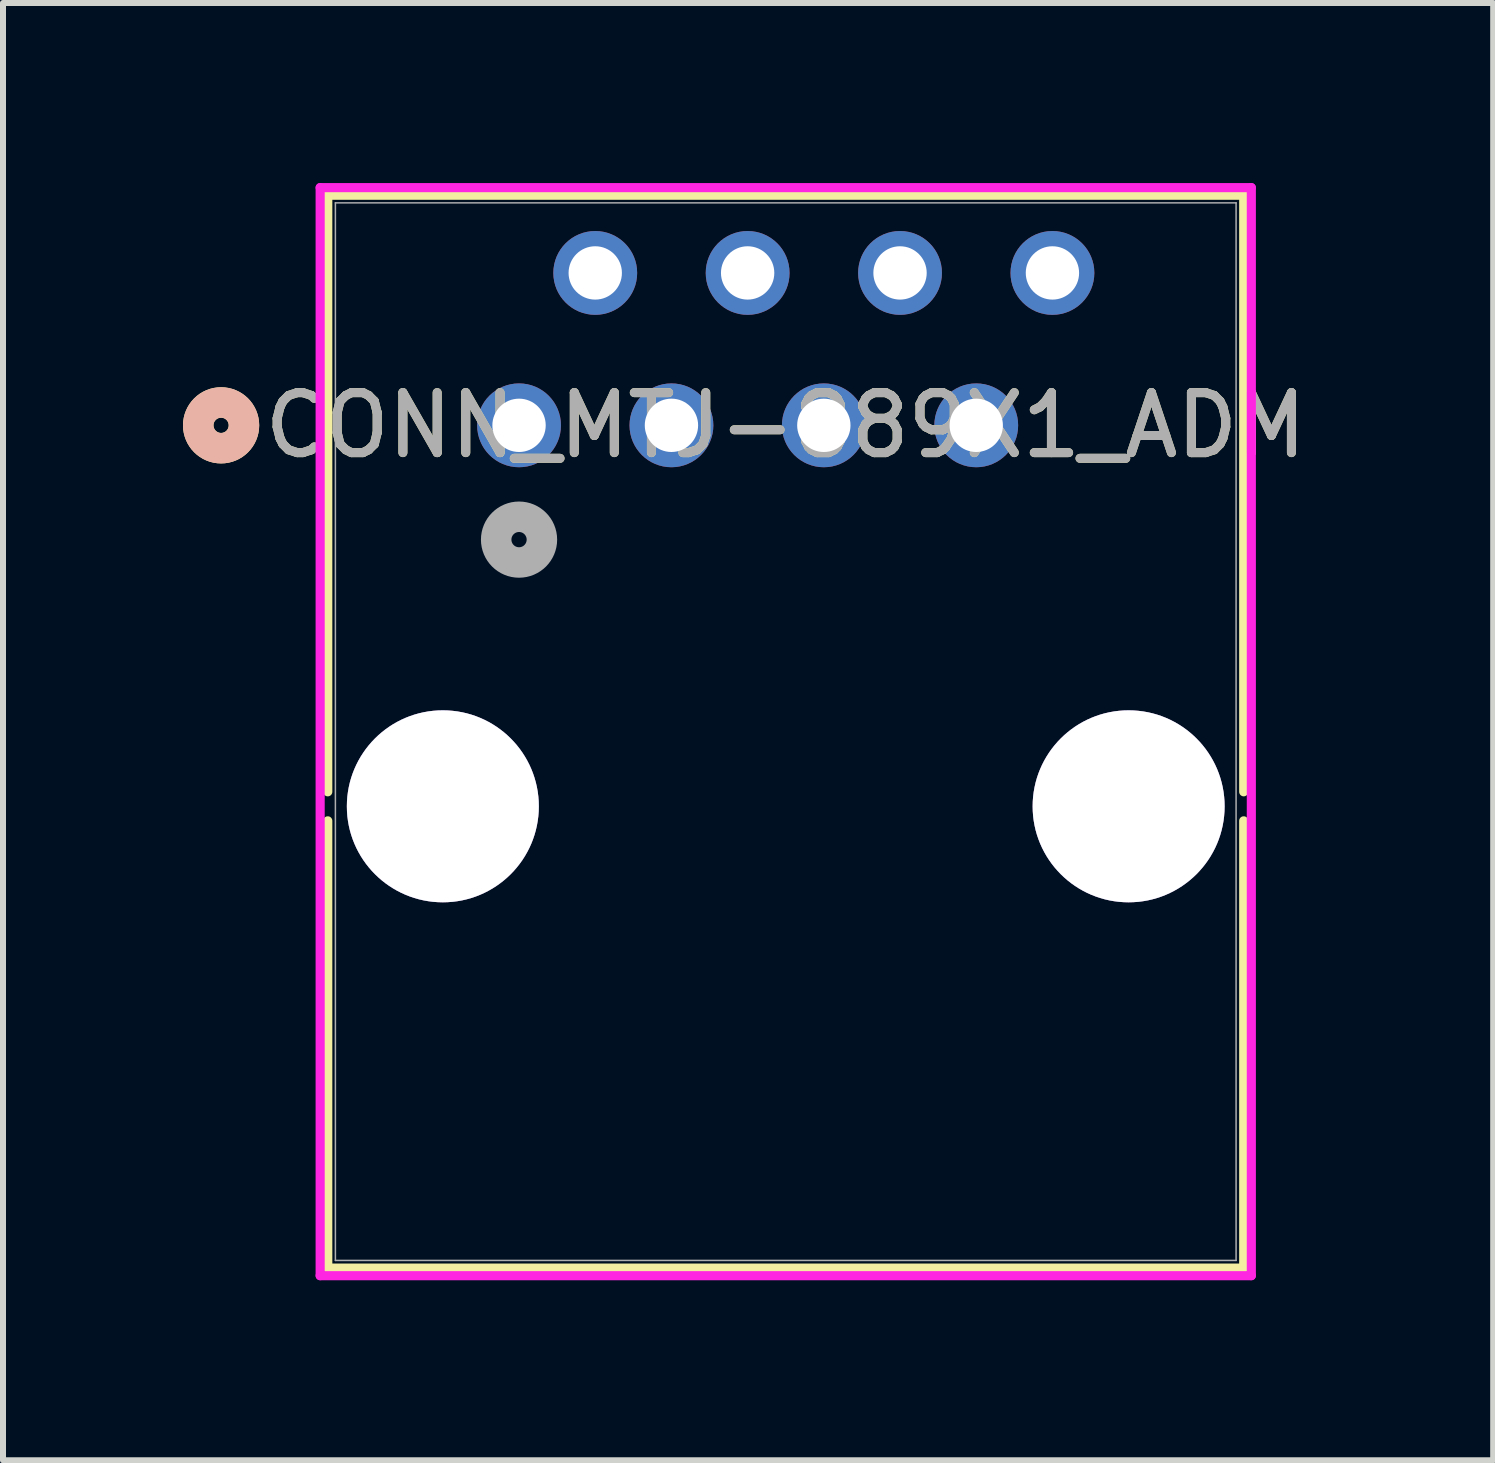
<source format=kicad_pcb>
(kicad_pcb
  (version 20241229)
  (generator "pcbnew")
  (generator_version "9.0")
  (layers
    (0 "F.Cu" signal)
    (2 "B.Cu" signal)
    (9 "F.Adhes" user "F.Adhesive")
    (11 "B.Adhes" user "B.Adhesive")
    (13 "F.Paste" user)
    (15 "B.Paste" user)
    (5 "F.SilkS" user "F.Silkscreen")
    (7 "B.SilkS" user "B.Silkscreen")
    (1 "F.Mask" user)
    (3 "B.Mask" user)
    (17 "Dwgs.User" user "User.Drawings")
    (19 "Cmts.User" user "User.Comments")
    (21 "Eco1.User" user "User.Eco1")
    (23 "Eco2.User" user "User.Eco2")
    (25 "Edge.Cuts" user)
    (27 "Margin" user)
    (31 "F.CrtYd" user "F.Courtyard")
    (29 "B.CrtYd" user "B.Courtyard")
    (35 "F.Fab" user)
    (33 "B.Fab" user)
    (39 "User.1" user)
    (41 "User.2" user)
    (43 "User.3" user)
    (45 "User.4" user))
  (footprint "CONN_MTJ-889X1_ADM"
    (layer "F.Cu")
    (at 5.601 4.039)
    (property "Reference" "CONN_MTJ-889X1_ADM" (at 4.445 0 0) (unlocked yes) (layer "F.SilkS") (effects (font (size 1 1) (thickness 0.15))))
    (attr through_hole)
    (fp_line (start -3.188 -3.835) (end -3.188 6.108) (stroke (width 0.152) (type solid)) (layer "F.SilkS"))
    (fp_line (start -3.188 6.592) (end -3.188 14.046) (stroke (width 0.152) (type solid)) (layer "F.SilkS"))
    (fp_line (start -3.188 14.046) (end 12.078 14.046) (stroke (width 0.152) (type solid)) (layer "F.SilkS"))
    (fp_line (start 12.078 -3.835) (end -3.188 -3.835) (stroke (width 0.152) (type solid)) (layer "F.SilkS"))
    (fp_line (start 12.078 6.108) (end 12.078 -3.835) (stroke (width 0.152) (type solid)) (layer "F.SilkS"))
    (fp_line (start 12.078 14.046) (end 12.078 6.592) (stroke (width 0.152) (type solid)) (layer "F.SilkS"))
    (fp_circle (center -4.966 0) (end -4.585 0) (stroke (width 0.508) (type solid)) (fill no) (layer "F.SilkS"))
    (fp_circle (center -4.966 0) (end -4.585 0) (stroke (width 0.508) (type solid)) (fill no) (layer "B.SilkS"))
    (fp_line (start -3.315 -3.962) (end -3.315 14.173) (stroke (width 0.152) (type solid)) (layer "F.CrtYd"))
    (fp_line (start -3.315 14.173) (end 12.205 14.173) (stroke (width 0.152) (type solid)) (layer "F.CrtYd"))
    (fp_line (start 12.205 -3.962) (end -3.315 -3.962) (stroke (width 0.152) (type solid)) (layer "F.CrtYd"))
    (fp_line (start 12.205 14.173) (end 12.205 -3.962) (stroke (width 0.152) (type solid)) (layer "F.CrtYd"))
    (fp_line (start -3.061 -3.708) (end -3.061 13.919) (stroke (width 0.025) (type solid)) (layer "F.Fab"))
    (fp_line (start -3.061 13.919) (end 11.951 13.919) (stroke (width 0.025) (type solid)) (layer "F.Fab"))
    (fp_line (start 11.951 -3.708) (end -3.061 -3.708) (stroke (width 0.025) (type solid)) (layer "F.Fab"))
    (fp_line (start 11.951 13.919) (end 11.951 -3.708) (stroke (width 0.025) (type solid)) (layer "F.Fab"))
    (fp_circle (center 0 1.905) (end 0.381 1.905) (stroke (width 0.508) (type solid)) (fill no) (layer "F.Fab"))
    (fp_text user "${REFERENCE}" (at 4.445 0 0) (unlocked yes) (layer "F.Fab") (effects (font (size 1 1) (thickness 0.15))))
    (pad "1" thru_hole circle (at 0 0) (size 1.397 1.397) (drill 0.889) (layers "*.Cu" "*.Mask"))
    (pad "2" thru_hole circle (at 1.27 -2.54) (size 1.397 1.397) (drill 0.889) (layers "*.Cu" "*.Mask"))
    (pad "3" thru_hole circle (at 2.54 0) (size 1.397 1.397) (drill 0.889) (layers "*.Cu" "*.Mask"))
    (pad "4" thru_hole circle (at 3.81 -2.54) (size 1.397 1.397) (drill 0.889) (layers "*.Cu" "*.Mask"))
    (pad "5" thru_hole circle (at 5.08 0) (size 1.397 1.397) (drill 0.889) (layers "*.Cu" "*.Mask"))
    (pad "6" thru_hole circle (at 6.35 -2.54) (size 1.397 1.397) (drill 0.889) (layers "*.Cu" "*.Mask"))
    (pad "7" thru_hole circle (at 7.62 0) (size 1.397 1.397) (drill 0.889) (layers "*.Cu" "*.Mask"))
    (pad "8" thru_hole circle (at 8.89 -2.54) (size 1.397 1.397) (drill 0.889) (layers "*.Cu" "*.Mask"))
    (pad "9" thru_hole circle (at -1.27 6.35) (size 3.2 3.2) (drill 3.2) (layers "*.Cu" "*.Mask"))
    (pad "10" thru_hole circle (at 10.16 6.35) (size 3.2 3.2) (drill 3.2) (layers "*.Cu" "*.Mask")))
  (gr_rect
    (start -3 -3)
    (end 21.837 21.288)
    (stroke (width 0.1) (type default))
    (fill no)
    (layer "Edge.Cuts")))
</source>
